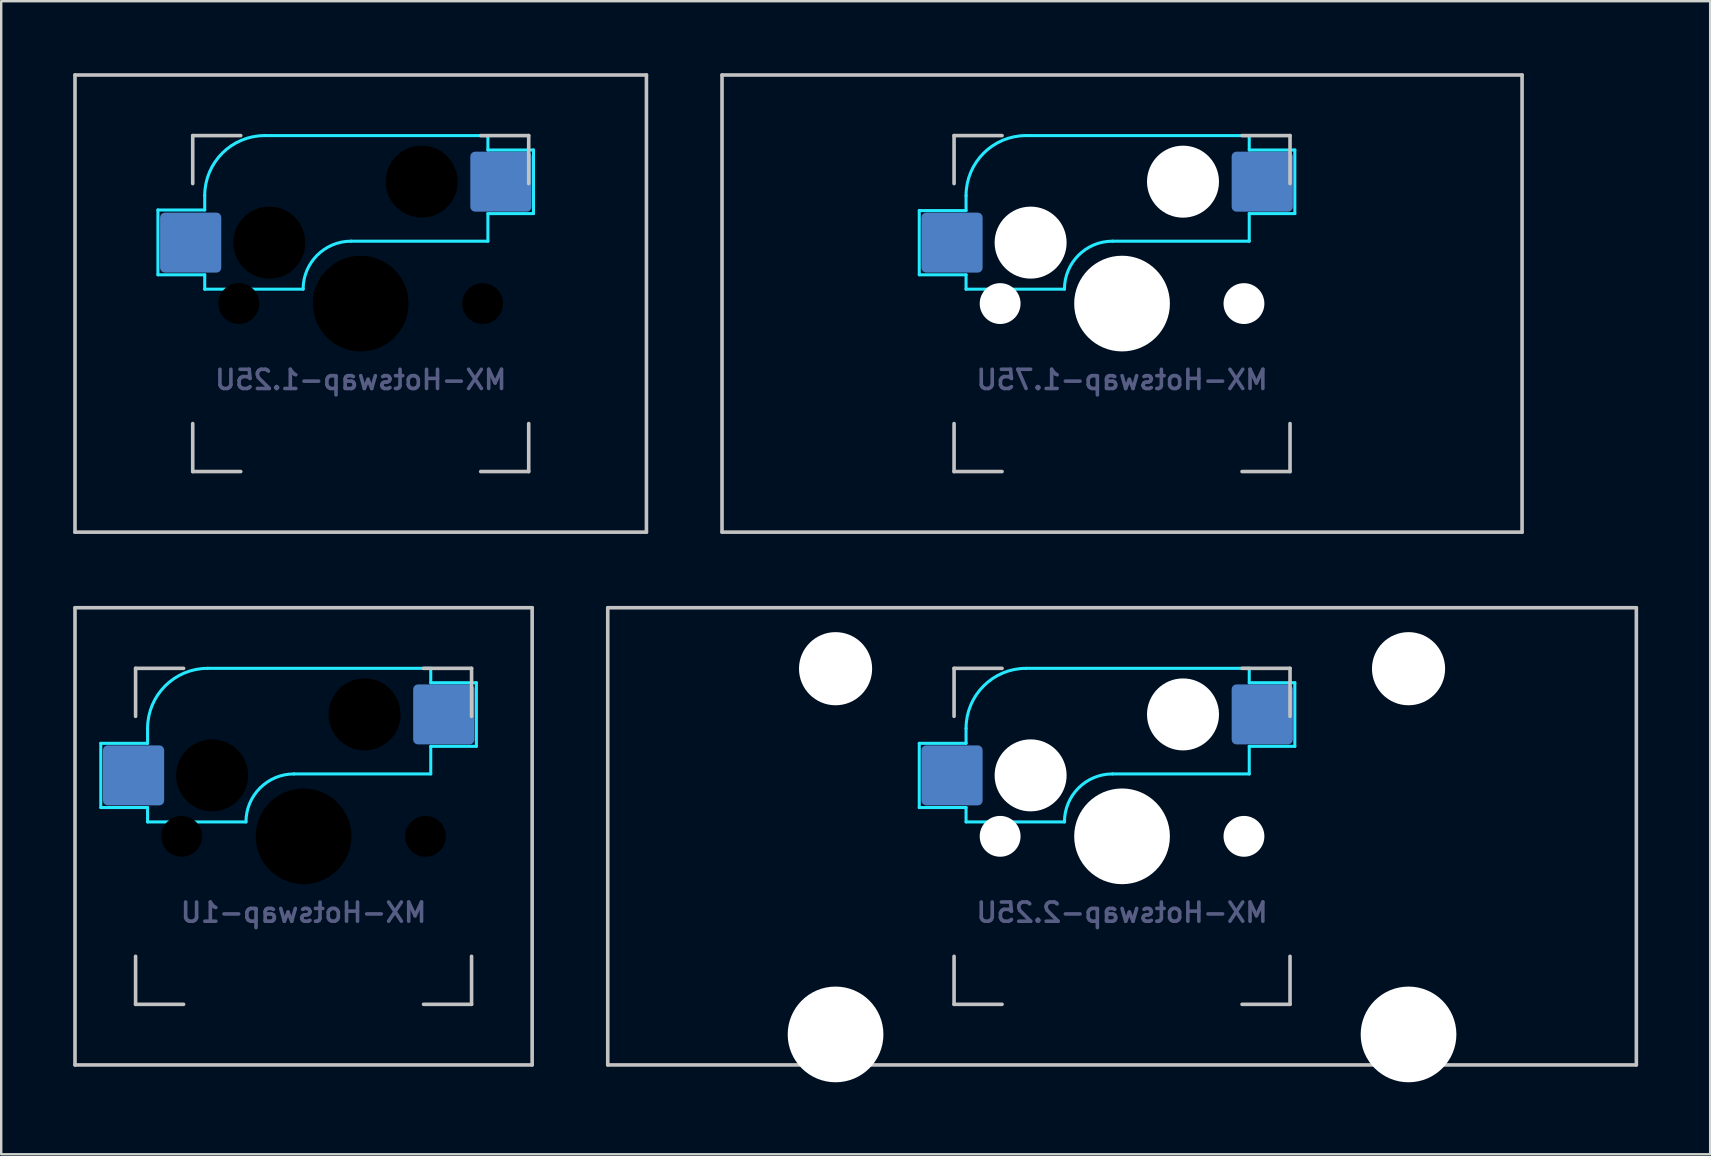
<source format=kicad_pcb>
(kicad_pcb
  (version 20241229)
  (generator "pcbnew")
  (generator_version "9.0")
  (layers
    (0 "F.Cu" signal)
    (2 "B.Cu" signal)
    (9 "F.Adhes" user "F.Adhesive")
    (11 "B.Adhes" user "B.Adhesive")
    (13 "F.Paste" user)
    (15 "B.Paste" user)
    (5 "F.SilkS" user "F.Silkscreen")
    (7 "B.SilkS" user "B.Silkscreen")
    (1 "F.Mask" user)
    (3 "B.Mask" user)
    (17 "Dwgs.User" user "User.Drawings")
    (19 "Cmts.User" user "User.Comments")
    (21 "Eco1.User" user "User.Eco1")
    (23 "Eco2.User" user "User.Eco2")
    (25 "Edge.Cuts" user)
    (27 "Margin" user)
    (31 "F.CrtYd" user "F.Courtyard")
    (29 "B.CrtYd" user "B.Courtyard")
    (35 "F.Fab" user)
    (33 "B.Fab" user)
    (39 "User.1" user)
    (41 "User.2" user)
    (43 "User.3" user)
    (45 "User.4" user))
  (footprint "MX-Hotswap-1.75U"
    (layer "F.Cu")
    (at 43.706 9.6)
    (property "Reference" "MX-Hotswap-1.75U" (at 0 3.175 0) (layer "B.Fab") (effects (font (size 0.8 0.8) (thickness 0.15)) (justify mirror)))
    (attr smd)
    (fp_line (start -16.669 9.525) (end -16.669 -9.525) (stroke (width 0.15) (type solid)) (layer "Dwgs.User"))
    (fp_line (start -7 -7) (end -7 -5) (stroke (width 0.15) (type solid)) (layer "Dwgs.User"))
    (fp_line (start -7 5) (end -7 7) (stroke (width 0.15) (type solid)) (layer "Dwgs.User"))
    (fp_line (start -7 7) (end -5 7) (stroke (width 0.15) (type solid)) (layer "Dwgs.User"))
    (fp_line (start -5 -7) (end -7 -7) (stroke (width 0.15) (type solid)) (layer "Dwgs.User"))
    (fp_line (start 5 -7) (end 7 -7) (stroke (width 0.15) (type solid)) (layer "Dwgs.User"))
    (fp_line (start 5 7) (end 7 7) (stroke (width 0.15) (type solid)) (layer "Dwgs.User"))
    (fp_line (start 7 -7) (end 7 -5) (stroke (width 0.15) (type solid)) (layer "Dwgs.User"))
    (fp_line (start 7 7) (end 7 5) (stroke (width 0.15) (type solid)) (layer "Dwgs.User"))
    (fp_line (start 16.669 -9.525) (end -16.669 -9.525) (stroke (width 0.15) (type solid)) (layer "Dwgs.User"))
    (fp_line (start 16.669 9.525) (end -16.669 9.525) (stroke (width 0.15) (type solid)) (layer "Dwgs.User"))
    (fp_line (start 16.669 9.525) (end 16.669 -9.525) (stroke (width 0.15) (type solid)) (layer "Dwgs.User"))
    (fp_line (start -8.45 -3.875) (end -8.45 -1.2) (stroke (width 0.127) (type solid)) (layer "B.CrtYd"))
    (fp_line (start -8.45 -1.2) (end -6.5 -1.2) (stroke (width 0.127) (type solid)) (layer "B.CrtYd"))
    (fp_line (start -6.5 -4.5) (end -6.5 -3.875) (stroke (width 0.127) (type solid)) (layer "B.CrtYd"))
    (fp_line (start -6.5 -3.875) (end -8.45 -3.875) (stroke (width 0.127) (type solid)) (layer "B.CrtYd"))
    (fp_line (start -6.5 -0.6) (end -6.5 -1.2) (stroke (width 0.127) (type solid)) (layer "B.CrtYd"))
    (fp_line (start -6.5 -0.6) (end -2.4 -0.6) (stroke (width 0.127) (type solid)) (layer "B.CrtYd"))
    (fp_line (start -0.4 -2.6) (end 5.3 -2.6) (stroke (width 0.127) (type solid)) (layer "B.CrtYd"))
    (fp_line (start 5.3 -7) (end -4 -7) (stroke (width 0.127) (type solid)) (layer "B.CrtYd"))
    (fp_line (start 5.3 -7) (end 5.3 -6.4) (stroke (width 0.127) (type solid)) (layer "B.CrtYd"))
    (fp_line (start 5.3 -6.4) (end 7.2 -6.4) (stroke (width 0.127) (type solid)) (layer "B.CrtYd"))
    (fp_line (start 5.3 -2.6) (end 5.3 -3.75) (stroke (width 0.127) (type solid)) (layer "B.CrtYd"))
    (fp_line (start 7.2 -6.4) (end 7.2 -3.75) (stroke (width 0.127) (type solid)) (layer "B.CrtYd"))
    (fp_line (start 7.2 -3.75) (end 5.3 -3.75) (stroke (width 0.127) (type solid)) (layer "B.CrtYd"))
    (fp_arc (start -6.5 -4.5) (mid -5.767767 -6.267767) (end -4 -7) (stroke (width 0.127) (type solid)) (layer "B.CrtYd"))
    (fp_arc (start -2.4 -0.6) (mid -1.814214 -2.014214) (end -0.4 -2.6) (stroke (width 0.127) (type solid)) (layer "B.CrtYd"))
    (pad "" np_thru_hole circle (at -5.08 0 48.099) (size 1.702 1.702) (drill 1.702) (layers "*.Cu" "*.Mask"))
    (pad "" np_thru_hole circle (at -3.81 -2.54) (size 3 3) (drill 3) (layers "*.Cu" "*.Mask"))
    (pad "" np_thru_hole circle (at 0 0) (size 3.988 3.988) (drill 3.988) (layers "*.Cu" "*.Mask"))
    (pad "" np_thru_hole circle (at 2.54 -5.08) (size 3 3) (drill 3) (layers "*.Cu" "*.Mask"))
    (pad "" np_thru_hole circle (at 5.08 0 48.099) (size 1.702 1.702) (drill 1.702) (layers "*.Cu" "*.Mask"))
    (pad "1" smd roundrect (at -7.085 -2.54) (size 2.55 2.5) (layers "B.Cu" "B.Mask" "B.Paste") (roundrect_rratio 0.08))
    (pad "2" smd roundrect (at 5.842 -5.08) (size 2.55 2.5) (layers "B.Cu" "B.Mask" "B.Paste") (roundrect_rratio 0.08)))
  (footprint "MX-Hotswap-1U"
    (layer "F.Cu")
    (at 9.6 31.8)
    (property "Reference" "MX-Hotswap-1U" (at 0 3.175 0) (layer "B.Fab") (effects (font (size 0.8 0.8) (thickness 0.15)) (justify mirror)))
    (attr smd)
    (fp_line (start -9.525 9.525) (end -9.525 -9.525) (stroke (width 0.15) (type solid)) (layer "Dwgs.User"))
    (fp_line (start -7 -7) (end -7 -5) (stroke (width 0.15) (type solid)) (layer "Dwgs.User"))
    (fp_line (start -7 5) (end -7 7) (stroke (width 0.15) (type solid)) (layer "Dwgs.User"))
    (fp_line (start -7 7) (end -5 7) (stroke (width 0.15) (type solid)) (layer "Dwgs.User"))
    (fp_line (start -5 -7) (end -7 -7) (stroke (width 0.15) (type solid)) (layer "Dwgs.User"))
    (fp_line (start 5 -7) (end 7 -7) (stroke (width 0.15) (type solid)) (layer "Dwgs.User"))
    (fp_line (start 5 7) (end 7 7) (stroke (width 0.15) (type solid)) (layer "Dwgs.User"))
    (fp_line (start 7 -7) (end 7 -5) (stroke (width 0.15) (type solid)) (layer "Dwgs.User"))
    (fp_line (start 7 7) (end 7 5) (stroke (width 0.15) (type solid)) (layer "Dwgs.User"))
    (fp_line (start 9.525 -9.525) (end -9.525 -9.525) (stroke (width 0.15) (type solid)) (layer "Dwgs.User"))
    (fp_line (start 9.525 9.525) (end -9.525 9.525) (stroke (width 0.15) (type solid)) (layer "Dwgs.User"))
    (fp_line (start 9.525 9.525) (end 9.525 -9.525) (stroke (width 0.15) (type solid)) (layer "Dwgs.User"))
    (fp_line (start -8.45 -3.875) (end -8.45 -1.2) (stroke (width 0.127) (type solid)) (layer "B.CrtYd"))
    (fp_line (start -8.45 -1.2) (end -6.5 -1.2) (stroke (width 0.127) (type solid)) (layer "B.CrtYd"))
    (fp_line (start -6.5 -4.5) (end -6.5 -3.875) (stroke (width 0.127) (type solid)) (layer "B.CrtYd"))
    (fp_line (start -6.5 -3.875) (end -8.45 -3.875) (stroke (width 0.127) (type solid)) (layer "B.CrtYd"))
    (fp_line (start -6.5 -0.6) (end -6.5 -1.2) (stroke (width 0.127) (type solid)) (layer "B.CrtYd"))
    (fp_line (start -6.5 -0.6) (end -2.4 -0.6) (stroke (width 0.127) (type solid)) (layer "B.CrtYd"))
    (fp_line (start -0.4 -2.6) (end 5.3 -2.6) (stroke (width 0.127) (type solid)) (layer "B.CrtYd"))
    (fp_line (start 5.3 -7) (end -4 -7) (stroke (width 0.127) (type solid)) (layer "B.CrtYd"))
    (fp_line (start 5.3 -7) (end 5.3 -6.4) (stroke (width 0.127) (type solid)) (layer "B.CrtYd"))
    (fp_line (start 5.3 -6.4) (end 7.2 -6.4) (stroke (width 0.127) (type solid)) (layer "B.CrtYd"))
    (fp_line (start 5.3 -2.6) (end 5.3 -3.75) (stroke (width 0.127) (type solid)) (layer "B.CrtYd"))
    (fp_line (start 7.2 -6.4) (end 7.2 -3.75) (stroke (width 0.127) (type solid)) (layer "B.CrtYd"))
    (fp_line (start 7.2 -3.75) (end 5.3 -3.75) (stroke (width 0.127) (type solid)) (layer "B.CrtYd"))
    (fp_arc (start -6.5 -4.5) (mid -5.767767 -6.267767) (end -4 -7) (stroke (width 0.127) (type solid)) (layer "B.CrtYd"))
    (fp_arc (start -2.4 -0.6) (mid -1.814214 -2.014214) (end -0.4 -2.6) (stroke (width 0.127) (type solid)) (layer "B.CrtYd"))
    (pad "" np_thru_hole circle (at -5.08 0 48.099) (size 1.702 1.702) (drill 1.702) (layers "*.Mask"))
    (pad "" np_thru_hole circle (at -3.81 -2.54) (size 3 3) (drill 3) (layers "*.Mask"))
    (pad "" np_thru_hole circle (at 0 0) (size 3.988 3.988) (drill 3.988) (layers "*.Mask"))
    (pad "" np_thru_hole circle (at 2.54 -5.08) (size 3 3) (drill 3) (layers "*.Mask"))
    (pad "" np_thru_hole circle (at 5.08 0 48.099) (size 1.702 1.702) (drill 1.702) (layers "*.Mask"))
    (pad "1" smd roundrect (at -7.085 -2.54) (size 2.55 2.5) (layers "B.Cu" "B.Mask" "B.Paste") (roundrect_rratio 0.08))
    (pad "2" smd roundrect (at 5.842 -5.08) (size 2.55 2.5) (layers "B.Cu" "B.Mask" "B.Paste") (roundrect_rratio 0.08)))
  (footprint "MX-Hotswap-1.25U"
    (layer "F.Cu")
    (at 11.981 9.6)
    (property "Reference" "MX-Hotswap-1.25U" (at 0 3.175 0) (layer "B.Fab") (effects (font (size 0.8 0.8) (thickness 0.15)) (justify mirror)))
    (attr smd)
    (fp_line (start -11.906 9.525) (end -11.906 -9.525) (stroke (width 0.15) (type solid)) (layer "Dwgs.User"))
    (fp_line (start -7 -7) (end -7 -5) (stroke (width 0.15) (type solid)) (layer "Dwgs.User"))
    (fp_line (start -7 5) (end -7 7) (stroke (width 0.15) (type solid)) (layer "Dwgs.User"))
    (fp_line (start -7 7) (end -5 7) (stroke (width 0.15) (type solid)) (layer "Dwgs.User"))
    (fp_line (start -5 -7) (end -7 -7) (stroke (width 0.15) (type solid)) (layer "Dwgs.User"))
    (fp_line (start 5 -7) (end 7 -7) (stroke (width 0.15) (type solid)) (layer "Dwgs.User"))
    (fp_line (start 5 7) (end 7 7) (stroke (width 0.15) (type solid)) (layer "Dwgs.User"))
    (fp_line (start 7 -7) (end 7 -5) (stroke (width 0.15) (type solid)) (layer "Dwgs.User"))
    (fp_line (start 7 7) (end 7 5) (stroke (width 0.15) (type solid)) (layer "Dwgs.User"))
    (fp_line (start 11.906 -9.525) (end -11.906 -9.525) (stroke (width 0.15) (type solid)) (layer "Dwgs.User"))
    (fp_line (start 11.906 9.525) (end -11.906 9.525) (stroke (width 0.15) (type solid)) (layer "Dwgs.User"))
    (fp_line (start 11.906 9.525) (end 11.906 -9.525) (stroke (width 0.15) (type solid)) (layer "Dwgs.User"))
    (fp_line (start -8.45 -3.9) (end -8.45 -1.2) (stroke (width 0.127) (type solid)) (layer "B.CrtYd"))
    (fp_line (start -8.45 -1.2) (end -6.5 -1.2) (stroke (width 0.127) (type solid)) (layer "B.CrtYd"))
    (fp_line (start -6.5 -4.5) (end -6.5 -3.9) (stroke (width 0.127) (type solid)) (layer "B.CrtYd"))
    (fp_line (start -6.5 -3.9) (end -8.45 -3.9) (stroke (width 0.127) (type solid)) (layer "B.CrtYd"))
    (fp_line (start -6.5 -0.6) (end -6.5 -1.2) (stroke (width 0.127) (type solid)) (layer "B.CrtYd"))
    (fp_line (start -6.5 -0.6) (end -2.4 -0.6) (stroke (width 0.127) (type solid)) (layer "B.CrtYd"))
    (fp_line (start -0.4 -2.6) (end 5.3 -2.6) (stroke (width 0.127) (type solid)) (layer "B.CrtYd"))
    (fp_line (start 5.3 -7) (end -4 -7) (stroke (width 0.127) (type solid)) (layer "B.CrtYd"))
    (fp_line (start 5.3 -7) (end 5.3 -6.4) (stroke (width 0.127) (type solid)) (layer "B.CrtYd"))
    (fp_line (start 5.3 -6.4) (end 7.2 -6.4) (stroke (width 0.127) (type solid)) (layer "B.CrtYd"))
    (fp_line (start 5.3 -2.6) (end 5.3 -3.75) (stroke (width 0.127) (type solid)) (layer "B.CrtYd"))
    (fp_line (start 7.2 -6.4) (end 7.2 -3.75) (stroke (width 0.127) (type solid)) (layer "B.CrtYd"))
    (fp_line (start 7.2 -3.75) (end 5.3 -3.75) (stroke (width 0.127) (type solid)) (layer "B.CrtYd"))
    (fp_arc (start -6.5 -4.5) (mid -5.767767 -6.267767) (end -4 -7) (stroke (width 0.127) (type solid)) (layer "B.CrtYd"))
    (fp_arc (start -2.4 -0.6) (mid -1.814214 -2.014214) (end -0.4 -2.6) (stroke (width 0.127) (type solid)) (layer "B.CrtYd"))
    (pad "" np_thru_hole circle (at -5.08 0 48.099) (size 1.702 1.702) (drill 1.702) (layers "*.Mask"))
    (pad "" np_thru_hole circle (at -3.81 -2.54) (size 3 3) (drill 3) (layers "*.Mask"))
    (pad "" np_thru_hole circle (at 0 0) (size 3.988 3.988) (drill 3.988) (layers "*.Mask"))
    (pad "" np_thru_hole circle (at 2.54 -5.08) (size 3 3) (drill 3) (layers "*.Mask"))
    (pad "" np_thru_hole circle (at 5.08 0 48.099) (size 1.702 1.702) (drill 1.702) (layers "*.Mask"))
    (pad "1" smd roundrect (at -7.085 -2.54) (size 2.55 2.5) (layers "B.Cu" "B.Mask" "B.Paste") (roundrect_rratio 0.08))
    (pad "2" smd roundrect (at 5.842 -5.08) (size 2.55 2.5) (layers "B.Cu" "B.Mask" "B.Paste") (roundrect_rratio 0.08)))
  (footprint "MX-Hotswap-2.25U"
    (layer "F.Cu")
    (at 43.706 31.8)
    (property "Reference" "MX-Hotswap-2.25U" (at 0 3.175 0) (layer "B.Fab") (effects (font (size 0.8 0.8) (thickness 0.15)) (justify mirror)))
    (attr smd)
    (fp_line (start -21.431 9.525) (end -21.431 -9.525) (stroke (width 0.15) (type solid)) (layer "Dwgs.User"))
    (fp_line (start -7 -7) (end -7 -5) (stroke (width 0.15) (type solid)) (layer "Dwgs.User"))
    (fp_line (start -7 5) (end -7 7) (stroke (width 0.15) (type solid)) (layer "Dwgs.User"))
    (fp_line (start -7 7) (end -5 7) (stroke (width 0.15) (type solid)) (layer "Dwgs.User"))
    (fp_line (start -5 -7) (end -7 -7) (stroke (width 0.15) (type solid)) (layer "Dwgs.User"))
    (fp_line (start 5 -7) (end 7 -7) (stroke (width 0.15) (type solid)) (layer "Dwgs.User"))
    (fp_line (start 5 7) (end 7 7) (stroke (width 0.15) (type solid)) (layer "Dwgs.User"))
    (fp_line (start 7 -7) (end 7 -5) (stroke (width 0.15) (type solid)) (layer "Dwgs.User"))
    (fp_line (start 7 7) (end 7 5) (stroke (width 0.15) (type solid)) (layer "Dwgs.User"))
    (fp_line (start 21.431 -9.525) (end -21.431 -9.525) (stroke (width 0.15) (type solid)) (layer "Dwgs.User"))
    (fp_line (start 21.431 9.525) (end -21.431 9.525) (stroke (width 0.15) (type solid)) (layer "Dwgs.User"))
    (fp_line (start 21.431 9.525) (end 21.431 -9.525) (stroke (width 0.15) (type solid)) (layer "Dwgs.User"))
    (fp_line (start -8.45 -3.875) (end -8.45 -1.2) (stroke (width 0.127) (type solid)) (layer "B.CrtYd"))
    (fp_line (start -8.45 -1.2) (end -6.5 -1.2) (stroke (width 0.127) (type solid)) (layer "B.CrtYd"))
    (fp_line (start -6.5 -4.5) (end -6.5 -3.875) (stroke (width 0.127) (type solid)) (layer "B.CrtYd"))
    (fp_line (start -6.5 -3.875) (end -8.45 -3.875) (stroke (width 0.127) (type solid)) (layer "B.CrtYd"))
    (fp_line (start -6.5 -0.6) (end -6.5 -1.2) (stroke (width 0.127) (type solid)) (layer "B.CrtYd"))
    (fp_line (start -6.5 -0.6) (end -2.4 -0.6) (stroke (width 0.127) (type solid)) (layer "B.CrtYd"))
    (fp_line (start -0.4 -2.6) (end 5.3 -2.6) (stroke (width 0.127) (type solid)) (layer "B.CrtYd"))
    (fp_line (start 5.3 -7) (end -4 -7) (stroke (width 0.127) (type solid)) (layer "B.CrtYd"))
    (fp_line (start 5.3 -7) (end 5.3 -6.4) (stroke (width 0.127) (type solid)) (layer "B.CrtYd"))
    (fp_line (start 5.3 -6.4) (end 7.2 -6.4) (stroke (width 0.127) (type solid)) (layer "B.CrtYd"))
    (fp_line (start 5.3 -2.6) (end 5.3 -3.75) (stroke (width 0.127) (type solid)) (layer "B.CrtYd"))
    (fp_line (start 7.2 -6.4) (end 7.2 -3.75) (stroke (width 0.127) (type solid)) (layer "B.CrtYd"))
    (fp_line (start 7.2 -3.75) (end 5.3 -3.75) (stroke (width 0.127) (type solid)) (layer "B.CrtYd"))
    (fp_arc (start -6.5 -4.5) (mid -5.767767 -6.267767) (end -4 -7) (stroke (width 0.127) (type solid)) (layer "B.CrtYd"))
    (fp_arc (start -2.4 -0.6) (mid -1.814214 -2.014214) (end -0.4 -2.6) (stroke (width 0.127) (type solid)) (layer "B.CrtYd"))
    (pad "" np_thru_hole circle (at -11.938 -6.985) (size 3.048 3.048) (drill 3.048) (layers "*.Cu" "*.Mask"))
    (pad "" np_thru_hole circle (at -11.938 8.255) (size 3.988 3.988) (drill 3.988) (layers "*.Cu" "*.Mask"))
    (pad "" np_thru_hole circle (at -5.08 0 48.099) (size 1.702 1.702) (drill 1.702) (layers "*.Cu" "*.Mask"))
    (pad "" np_thru_hole circle (at -3.81 -2.54) (size 3 3) (drill 3) (layers "*.Cu" "*.Mask"))
    (pad "" np_thru_hole circle (at 0 0) (size 3.988 3.988) (drill 3.988) (layers "*.Cu" "*.Mask"))
    (pad "" np_thru_hole circle (at 2.54 -5.08) (size 3 3) (drill 3) (layers "*.Cu" "*.Mask"))
    (pad "" np_thru_hole circle (at 5.08 0 48.099) (size 1.702 1.702) (drill 1.702) (layers "*.Cu" "*.Mask"))
    (pad "" np_thru_hole circle (at 11.938 -6.985) (size 3.048 3.048) (drill 3.048) (layers "*.Cu" "*.Mask"))
    (pad "" np_thru_hole circle (at 11.938 8.255) (size 3.988 3.988) (drill 3.988) (layers "*.Cu" "*.Mask"))
    (pad "1" smd roundrect (at -7.085 -2.54) (size 2.55 2.5) (layers "B.Cu" "B.Mask" "B.Paste") (roundrect_rratio 0.08))
    (pad "2" smd roundrect (at 5.842 -5.08) (size 2.55 2.5) (layers "B.Cu" "B.Mask" "B.Paste") (roundrect_rratio 0.08)))
  (gr_rect
    (start -3 -3)
    (end 68.213 45.049)
    (stroke (width 0.1) (type default))
    (fill no)
    (layer "Edge.Cuts")))
</source>
